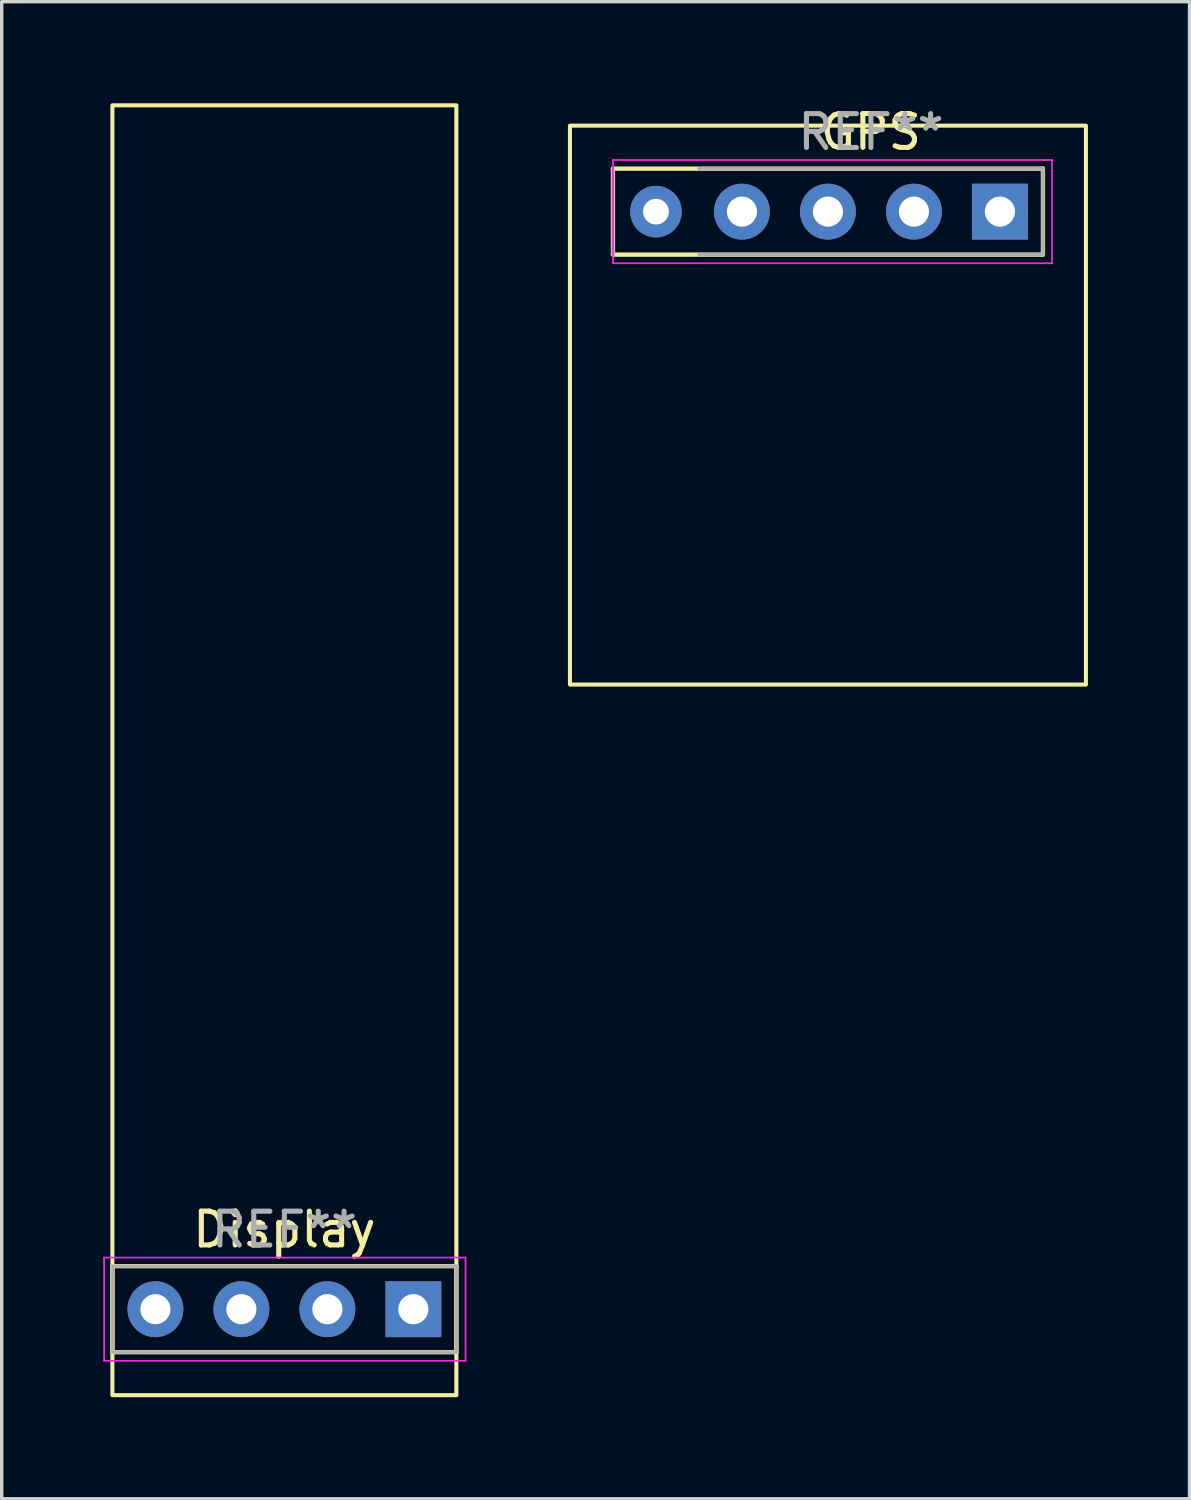
<source format=kicad_pcb>
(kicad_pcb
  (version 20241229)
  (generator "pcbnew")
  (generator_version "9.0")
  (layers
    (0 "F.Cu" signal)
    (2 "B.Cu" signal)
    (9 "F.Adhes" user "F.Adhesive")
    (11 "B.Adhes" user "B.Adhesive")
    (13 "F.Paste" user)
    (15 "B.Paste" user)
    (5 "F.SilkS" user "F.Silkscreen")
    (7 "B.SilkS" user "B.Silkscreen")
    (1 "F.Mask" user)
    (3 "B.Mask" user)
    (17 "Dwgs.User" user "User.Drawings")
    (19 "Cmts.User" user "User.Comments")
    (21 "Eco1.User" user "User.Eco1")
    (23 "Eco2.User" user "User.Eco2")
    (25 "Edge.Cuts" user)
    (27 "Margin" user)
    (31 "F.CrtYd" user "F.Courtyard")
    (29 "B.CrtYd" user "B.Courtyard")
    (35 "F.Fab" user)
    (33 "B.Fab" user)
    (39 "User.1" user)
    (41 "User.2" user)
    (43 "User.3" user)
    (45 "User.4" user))
  (footprint "Display"
    (layer "F.Cu")
    (at 5.35 35.62)
    (property "Reference" "Display" (at 0 -2.352 0) (layer "F.SilkS") (effects (font (size 1 1) (thickness 0.15))))
    (attr exclude_from_pos_files exclude_from_bom)
    (fp_line (start -5.08 -1.27) (end 5.08 -1.27) (stroke (width 0.127) (type solid)) (layer "F.SilkS"))
    (fp_line (start -5.08 1.27) (end -5.08 -1.27) (stroke (width 0.127) (type solid)) (layer "F.SilkS"))
    (fp_line (start 5.08 -1.27) (end 5.08 1.27) (stroke (width 0.127) (type solid)) (layer "F.SilkS"))
    (fp_line (start 5.08 1.27) (end -5.08 1.27) (stroke (width 0.127) (type solid)) (layer "F.SilkS"))
    (fp_rect (start 5.08 2.54) (end -5.08 -35.56) (stroke (width 0.12) (type solid)) (fill no) (layer "F.SilkS"))
    (fp_line (start -5.325 -1.525) (end 5.35 -1.525) (stroke (width 0.05) (type solid)) (layer "F.CrtYd"))
    (fp_line (start -5.325 1.525) (end -5.325 -1.525) (stroke (width 0.05) (type solid)) (layer "F.CrtYd"))
    (fp_line (start 5.35 -1.525) (end 5.35 1.525) (stroke (width 0.05) (type solid)) (layer "F.CrtYd"))
    (fp_line (start 5.35 1.525) (end -5.325 1.525) (stroke (width 0.05) (type solid)) (layer "F.CrtYd"))
    (fp_line (start -5.08 -1.27) (end 5.08 -1.27) (stroke (width 0.1) (type solid)) (layer "F.Fab"))
    (fp_line (start -5.08 1.27) (end -5.08 -1.27) (stroke (width 0.1) (type solid)) (layer "F.Fab"))
    (fp_line (start 5.08 -1.27) (end 5.08 1.27) (stroke (width 0.1) (type solid)) (layer "F.Fab"))
    (fp_line (start 5.08 1.27) (end -5.08 1.27) (stroke (width 0.1) (type solid)) (layer "F.Fab"))
    (fp_text user "REF**" (at 0 -2.35 0) (layer "F.Fab") (effects (font (size 1 1) (thickness 0.15))))
    (pad "1" thru_hole rect (at 3.81 0 270) (size 1.651 1.651) (drill 0.889) (layers "*.Cu" "*.Mask"))
    (pad "2" thru_hole circle (at 1.27 0 270) (size 1.651 1.651) (drill 0.889) (layers "*.Cu" "*.Mask"))
    (pad "3" thru_hole circle (at -1.27 0 270) (size 1.651 1.651) (drill 0.889) (layers "*.Cu" "*.Mask"))
    (pad "4" thru_hole circle (at -3.81 0 270) (size 1.651 1.651) (drill 0.889) (layers "*.Cu" "*.Mask")))
  (footprint "GPS"
    (layer "F.Cu")
    (at 22.675 3.201)
    (property "Reference" "GPS" (at 0 -2.352 0) (layer "F.SilkS") (effects (font (size 1 1) (thickness 0.15))))
    (attr exclude_from_pos_files exclude_from_bom)
    (fp_line (start -7.62 -1.27) (end 5.08 -1.27) (stroke (width 0.127) (type solid)) (layer "F.SilkS"))
    (fp_line (start -7.62 1.27) (end -7.62 -1.27) (stroke (width 0.127) (type solid)) (layer "F.SilkS"))
    (fp_line (start 5.08 -1.27) (end 5.08 1.27) (stroke (width 0.127) (type solid)) (layer "F.SilkS"))
    (fp_line (start 5.08 1.27) (end -7.62 1.27) (stroke (width 0.127) (type solid)) (layer "F.SilkS"))
    (fp_rect (start 6.35 -2.54) (end -8.89 13.97) (stroke (width 0.12) (type solid)) (fill no) (layer "F.SilkS"))
    (fp_line (start -7.62 -1.525) (end 5.35 -1.525) (stroke (width 0.05) (type solid)) (layer "F.CrtYd"))
    (fp_line (start -7.62 1.525) (end -7.62 -1.525) (stroke (width 0.05) (type solid)) (layer "F.CrtYd"))
    (fp_line (start 5.35 -1.525) (end 5.35 1.525) (stroke (width 0.05) (type solid)) (layer "F.CrtYd"))
    (fp_line (start 5.35 1.525) (end -7.62 1.525) (stroke (width 0.05) (type solid)) (layer "F.CrtYd"))
    (fp_line (start -7.62 1.27) (end -7.62 -1.27) (stroke (width 0.1) (type solid)) (layer "F.Fab"))
    (fp_line (start -5.08 -1.27) (end 5.08 -1.27) (stroke (width 0.1) (type solid)) (layer "F.Fab"))
    (fp_line (start 5.08 -1.27) (end 5.08 1.27) (stroke (width 0.1) (type solid)) (layer "F.Fab"))
    (fp_line (start 5.08 1.27) (end -5.08 1.27) (stroke (width 0.1) (type solid)) (layer "F.Fab"))
    (fp_text user "REF**" (at 0 -2.35 0) (layer "F.Fab") (effects (font (size 1 1) (thickness 0.15))))
    (pad "1" thru_hole rect (at 3.81 0 270) (size 1.651 1.651) (drill 0.889) (layers "*.Cu" "*.Mask"))
    (pad "2" thru_hole circle (at 1.27 0 270) (size 1.651 1.651) (drill 0.889) (layers "*.Cu" "*.Mask"))
    (pad "3" thru_hole circle (at -1.27 0 270) (size 1.651 1.651) (drill 0.889) (layers "*.Cu" "*.Mask"))
    (pad "4" thru_hole circle (at -3.81 0 270) (size 1.651 1.651) (drill 0.889) (layers "*.Cu" "*.Mask"))
    (pad "5" thru_hole circle (at -6.35 0) (size 1.524 1.524) (drill 0.762) (layers "*.Cu" "*.Mask")))
  (gr_rect
    (start -3 -3)
    (end 32.085 41.22)
    (stroke (width 0.1) (type default))
    (fill no)
    (layer "Edge.Cuts")))
</source>
